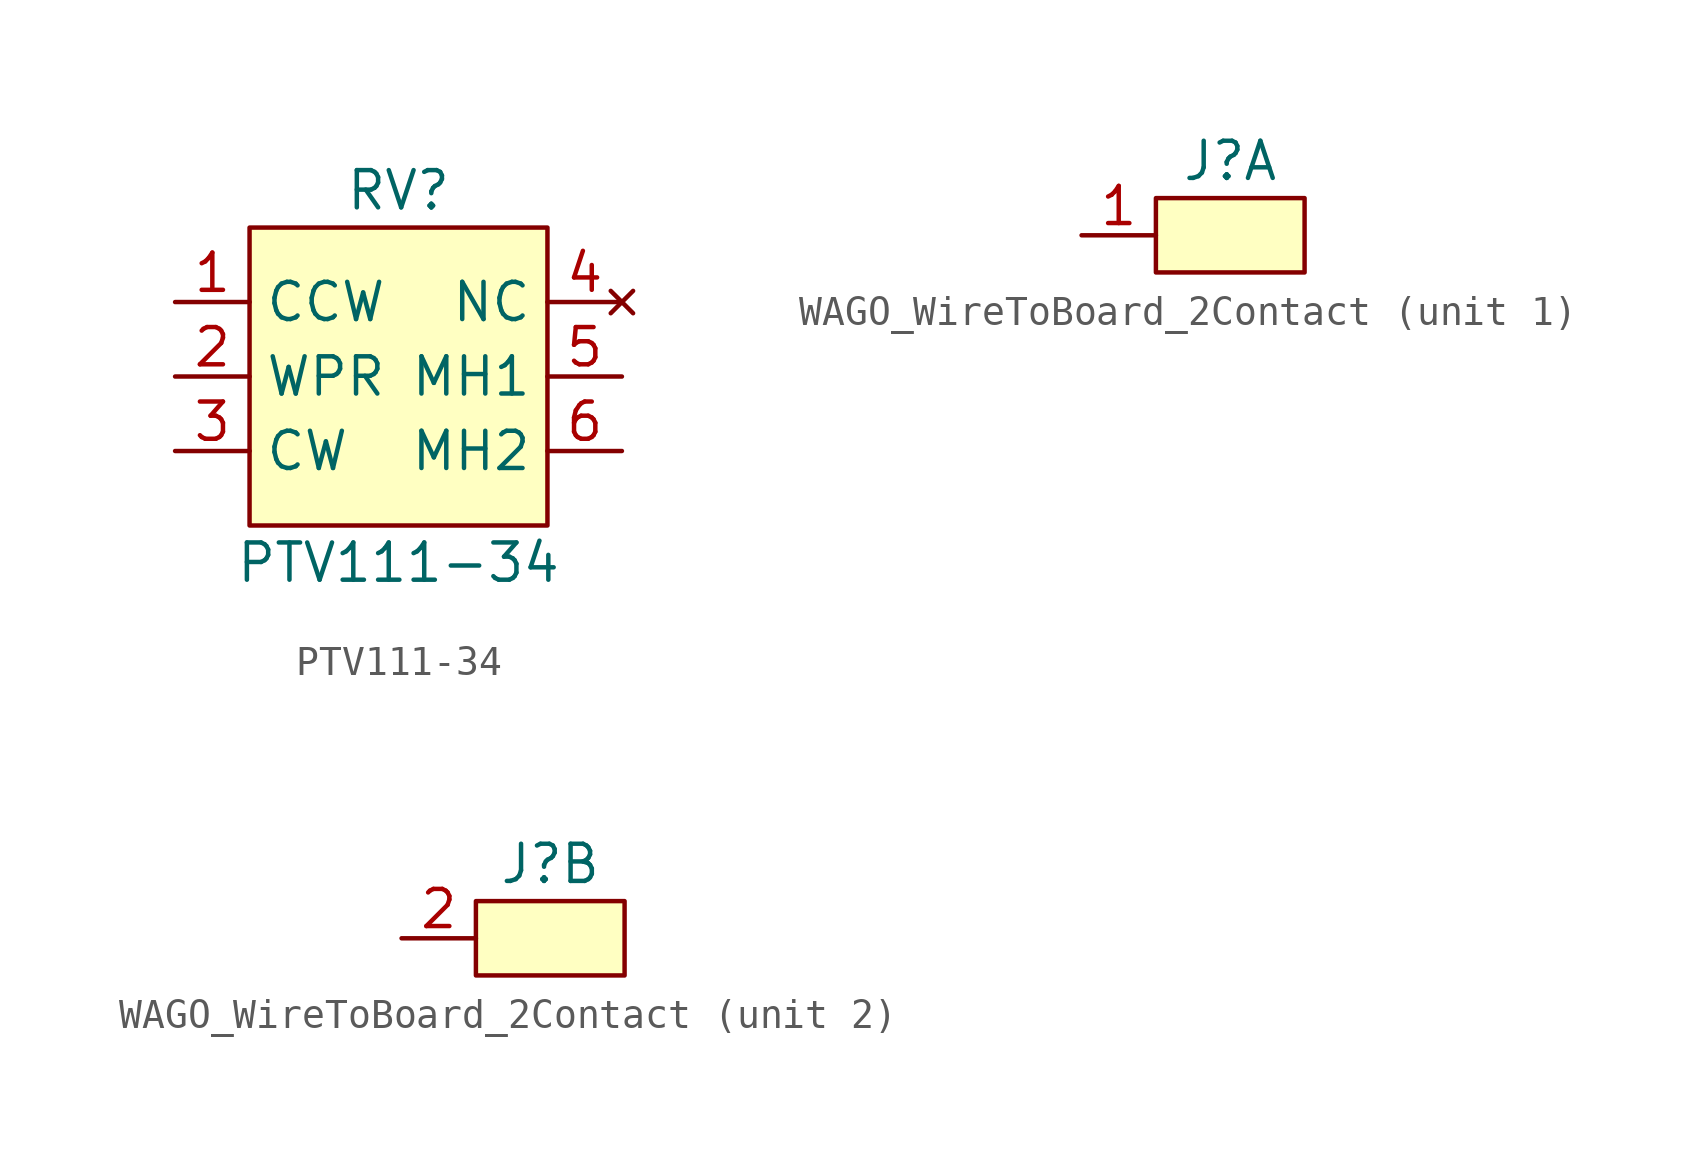
<source format=kicad_sym>
(kicad_symbol_lib
  (version 20211014)
  (generator kicad_symbol_editor)
  (symbol "PTV111-34"
    (property "Reference" "RV"
      (at 0 6.35 0)
      (effects (font (size 1.27 1.27))))
    (property "Value" "PTV111-34"
      (at 0 -6.35 0)
      (effects (font (size 1.27 1.27))))
    (symbol "PTV111-34_0_1"
      (rectangle (start -5.08 5.08) (end 5.08 -5.08) (stroke (width 0) (type default) (color 0 0 0 0)) (fill (type background))))
    (symbol "PTV111-34_1_1"
      (pin passive line (at -7.62 2.54 0) (length 2.54) (name "CCW" (effects (font (size 1.27 1.27)))) (number "1" (effects (font (size 1.27 1.27)))))
      (pin passive line (at -7.62 0 0) (length 2.54) (name "WPR" (effects (font (size 1.27 1.27)))) (number "2" (effects (font (size 1.27 1.27)))))
      (pin passive line (at -7.62 -2.54 0) (length 2.54) (name "CW" (effects (font (size 1.27 1.27)))) (number "3" (effects (font (size 1.27 1.27)))))
      (pin no_connect line (at 7.62 2.54 180) (length 2.54) (name "NC" (effects (font (size 1.27 1.27)))) (number "4" (effects (font (size 1.27 1.27)))))
      (pin passive line (at 7.62 0 180) (length 2.54) (name "MH1" (effects (font (size 1.27 1.27)))) (number "5" (effects (font (size 1.27 1.27)))))
      (pin passive line (at 7.62 -2.54 180) (length 2.54) (name "MH2" (effects (font (size 1.27 1.27)))) (number "6" (effects (font (size 1.27 1.27)))))))
  (symbol "WAGO_WireToBoard_2Contact"
    (property "Reference" "J"
      (at 0 2.54 0)
      (effects (font (size 1.27 1.27))))
    (symbol "WAGO_WireToBoard_2Contact_0_1"
      (rectangle (start -2.54 1.27) (end 2.54 -1.27) (stroke (width 0) (type default) (color 0 0 0 0)) (fill (type background))))
    (symbol "WAGO_WireToBoard_2Contact_1_1"
      (pin passive line (at -5.08 0 0) (length 2.54) (name "" (effects (font (size 1.27 1.27)))) (number "1" (effects (font (size 1.27 1.27))))))
    (symbol "WAGO_WireToBoard_2Contact_2_1"
      (pin passive line (at -5.08 0 0) (length 2.54) (name "" (effects (font (size 1.27 1.27)))) (number "2" (effects (font (size 1.27 1.27))))))))
</source>
